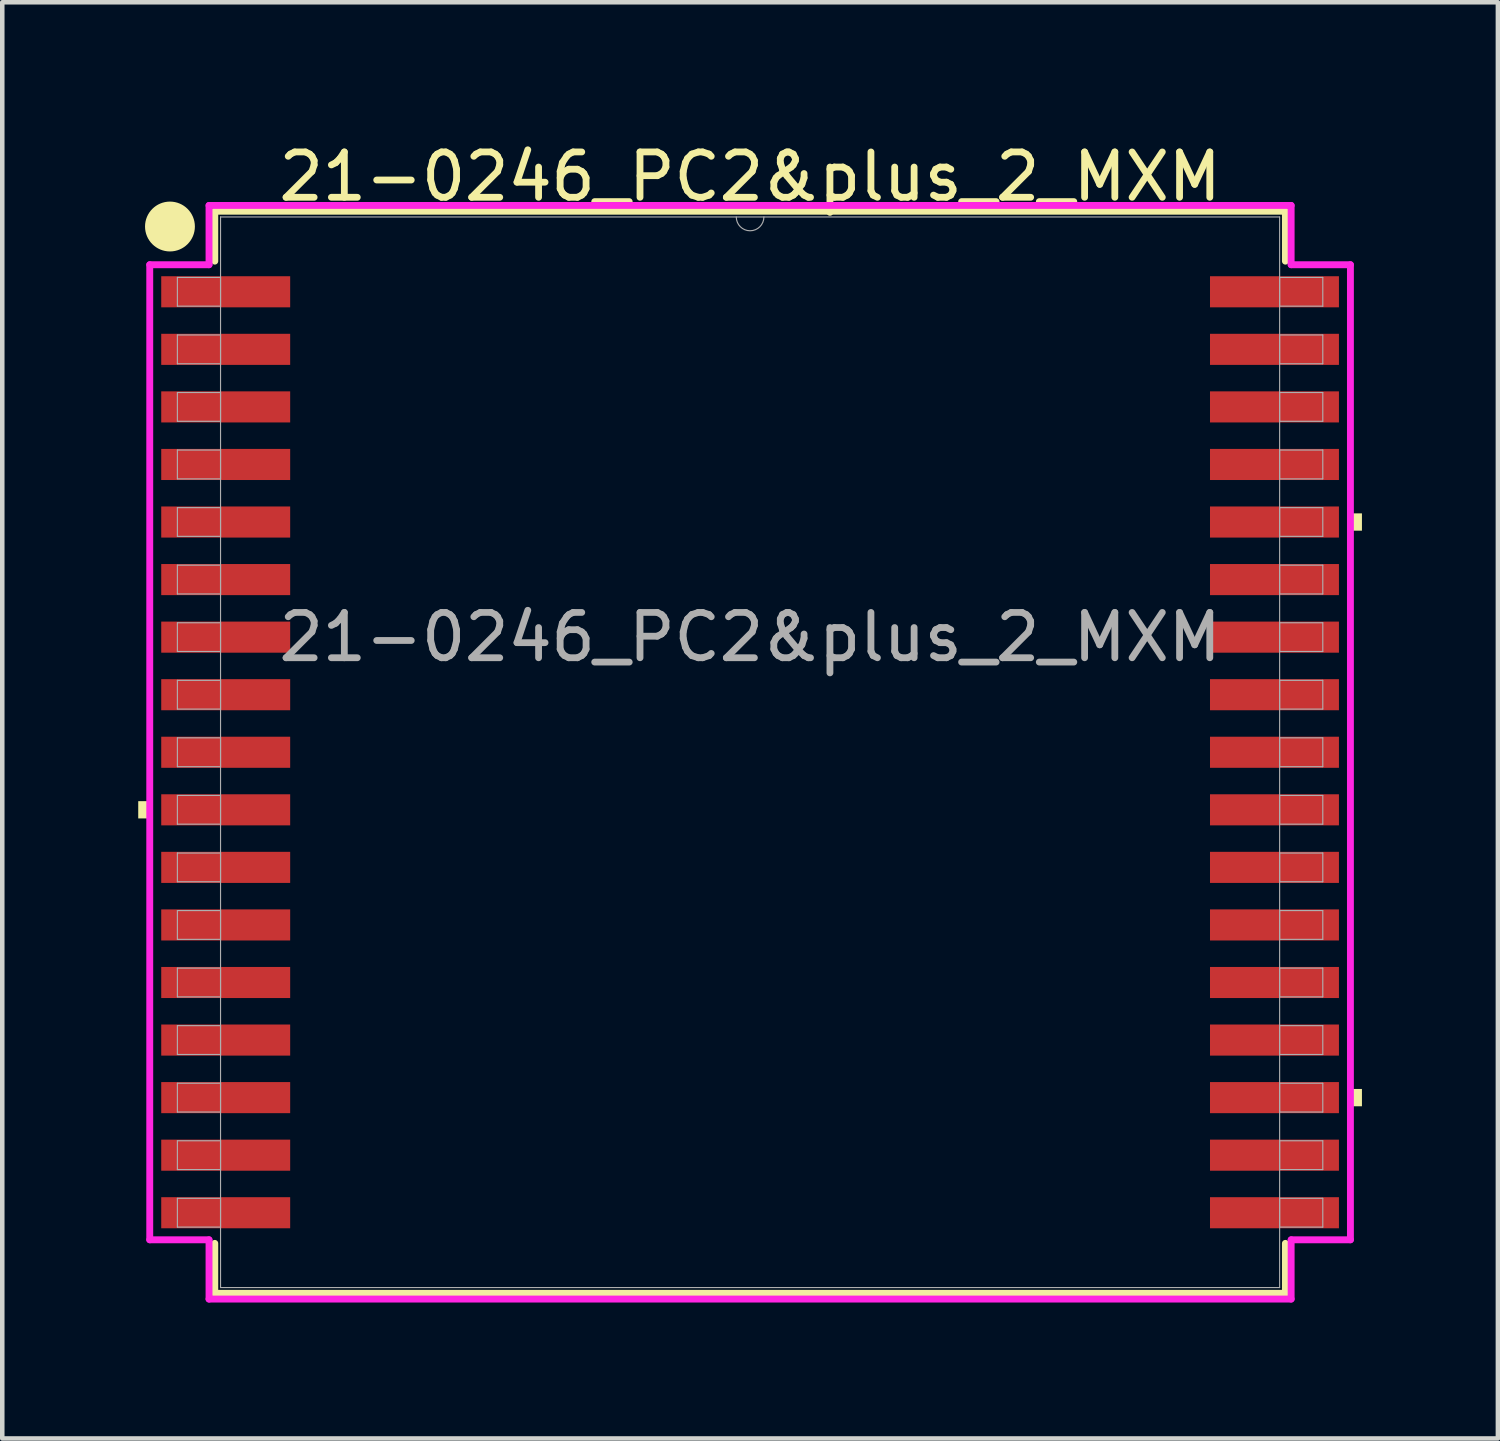
<source format=kicad_pcb>
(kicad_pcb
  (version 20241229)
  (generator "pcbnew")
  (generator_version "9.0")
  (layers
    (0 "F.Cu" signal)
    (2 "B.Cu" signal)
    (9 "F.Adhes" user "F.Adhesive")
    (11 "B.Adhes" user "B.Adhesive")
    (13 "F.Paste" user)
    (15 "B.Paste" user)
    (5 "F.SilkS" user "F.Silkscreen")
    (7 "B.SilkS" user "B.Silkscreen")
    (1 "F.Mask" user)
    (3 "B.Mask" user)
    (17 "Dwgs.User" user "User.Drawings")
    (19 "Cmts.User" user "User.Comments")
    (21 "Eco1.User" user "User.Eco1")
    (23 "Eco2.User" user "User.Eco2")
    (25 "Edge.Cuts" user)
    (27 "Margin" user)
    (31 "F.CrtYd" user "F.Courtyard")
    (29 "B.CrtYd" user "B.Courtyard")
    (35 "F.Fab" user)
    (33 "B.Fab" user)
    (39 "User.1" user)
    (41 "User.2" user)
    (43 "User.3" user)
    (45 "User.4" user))
  (footprint "21-0246_PC2&plus_2_MXM"
    (layer "F.Cu")
    (at 13.5 13.548)
    (property "Reference" "21-0246_PC2&plus_2_MXM" (at 0 -12.7 0) (unlocked yes) (layer "F.SilkS") (effects (font (size 1 1) (thickness 0.15))))
    (attr smd)
    (fp_line (start -11.811 -11.938) (end -11.811 -10.836) (stroke (width 0.152) (type solid)) (layer "F.SilkS"))
    (fp_line (start -11.811 10.836) (end -11.811 11.938) (stroke (width 0.152) (type solid)) (layer "F.SilkS"))
    (fp_line (start -11.811 11.938) (end 11.811 11.938) (stroke (width 0.152) (type solid)) (layer "F.SilkS"))
    (fp_line (start 11.811 -11.938) (end -11.811 -11.938) (stroke (width 0.152) (type solid)) (layer "F.SilkS"))
    (fp_line (start 11.811 -10.836) (end 11.811 -11.938) (stroke (width 0.152) (type solid)) (layer "F.SilkS"))
    (fp_line (start 11.811 11.938) (end 11.811 10.836) (stroke (width 0.152) (type solid)) (layer "F.SilkS"))
    (fp_circle (center -12.8 -11.6) (end -12.3 -11.6) (stroke (width 0.1) (type solid)) (fill yes) (layer "F.SilkS"))
    (fp_poly (pts (xy -13.5 1.079) (xy -13.5 1.46) (xy -13.246 1.46) (xy -13.246 1.079)) (stroke (width 0) (type solid)) (fill yes) (layer "F.SilkS"))
    (fp_poly (pts (xy 13.5 -5.271) (xy 13.5 -4.889) (xy 13.246 -4.889) (xy 13.246 -5.271)) (stroke (width 0) (type solid)) (fill yes) (layer "F.SilkS"))
    (fp_poly (pts (xy 13.5 7.429) (xy 13.5 7.811) (xy 13.246 7.811) (xy 13.246 7.429)) (stroke (width 0) (type solid)) (fill yes) (layer "F.SilkS"))
    (fp_line (start -13.246 -10.757) (end -11.938 -10.757) (stroke (width 0.152) (type solid)) (layer "F.CrtYd"))
    (fp_line (start -13.246 10.757) (end -13.246 -10.757) (stroke (width 0.152) (type solid)) (layer "F.CrtYd"))
    (fp_line (start -13.246 10.757) (end -11.938 10.757) (stroke (width 0.152) (type solid)) (layer "F.CrtYd"))
    (fp_line (start -11.938 -12.065) (end 11.938 -12.065) (stroke (width 0.152) (type solid)) (layer "F.CrtYd"))
    (fp_line (start -11.938 -10.757) (end -11.938 -12.065) (stroke (width 0.152) (type solid)) (layer "F.CrtYd"))
    (fp_line (start -11.938 12.065) (end -11.938 10.757) (stroke (width 0.152) (type solid)) (layer "F.CrtYd"))
    (fp_line (start 11.938 -12.065) (end 11.938 -10.757) (stroke (width 0.152) (type solid)) (layer "F.CrtYd"))
    (fp_line (start 11.938 10.757) (end 11.938 12.065) (stroke (width 0.152) (type solid)) (layer "F.CrtYd"))
    (fp_line (start 11.938 12.065) (end -11.938 12.065) (stroke (width 0.152) (type solid)) (layer "F.CrtYd"))
    (fp_line (start 13.246 -10.757) (end 11.938 -10.757) (stroke (width 0.152) (type solid)) (layer "F.CrtYd"))
    (fp_line (start 13.246 -10.757) (end 13.246 10.757) (stroke (width 0.152) (type solid)) (layer "F.CrtYd"))
    (fp_line (start 13.246 10.757) (end 11.938 10.757) (stroke (width 0.152) (type solid)) (layer "F.CrtYd"))
    (fp_line (start -12.636 -10.477) (end -12.636 -9.842) (stroke (width 0.025) (type solid)) (layer "F.Fab"))
    (fp_line (start -12.636 -9.842) (end -11.684 -9.842) (stroke (width 0.025) (type solid)) (layer "F.Fab"))
    (fp_line (start -12.636 -9.207) (end -12.636 -8.572) (stroke (width 0.025) (type solid)) (layer "F.Fab"))
    (fp_line (start -12.636 -8.572) (end -11.684 -8.572) (stroke (width 0.025) (type solid)) (layer "F.Fab"))
    (fp_line (start -12.636 -7.938) (end -12.636 -7.303) (stroke (width 0.025) (type solid)) (layer "F.Fab"))
    (fp_line (start -12.636 -7.303) (end -11.684 -7.303) (stroke (width 0.025) (type solid)) (layer "F.Fab"))
    (fp_line (start -12.636 -6.668) (end -12.636 -6.032) (stroke (width 0.025) (type solid)) (layer "F.Fab"))
    (fp_line (start -12.636 -6.032) (end -11.684 -6.032) (stroke (width 0.025) (type solid)) (layer "F.Fab"))
    (fp_line (start -12.636 -5.397) (end -12.636 -4.763) (stroke (width 0.025) (type solid)) (layer "F.Fab"))
    (fp_line (start -12.636 -4.763) (end -11.684 -4.763) (stroke (width 0.025) (type solid)) (layer "F.Fab"))
    (fp_line (start -12.636 -4.128) (end -12.636 -3.493) (stroke (width 0.025) (type solid)) (layer "F.Fab"))
    (fp_line (start -12.636 -3.493) (end -11.684 -3.493) (stroke (width 0.025) (type solid)) (layer "F.Fab"))
    (fp_line (start -12.636 -2.857) (end -12.636 -2.223) (stroke (width 0.025) (type solid)) (layer "F.Fab"))
    (fp_line (start -12.636 -2.223) (end -11.684 -2.223) (stroke (width 0.025) (type solid)) (layer "F.Fab"))
    (fp_line (start -12.636 -1.587) (end -12.636 -0.953) (stroke (width 0.025) (type solid)) (layer "F.Fab"))
    (fp_line (start -12.636 -0.953) (end -11.684 -0.953) (stroke (width 0.025) (type solid)) (layer "F.Fab"))
    (fp_line (start -12.636 -0.318) (end -12.636 0.318) (stroke (width 0.025) (type solid)) (layer "F.Fab"))
    (fp_line (start -12.636 0.318) (end -11.684 0.318) (stroke (width 0.025) (type solid)) (layer "F.Fab"))
    (fp_line (start -12.636 0.953) (end -12.636 1.587) (stroke (width 0.025) (type solid)) (layer "F.Fab"))
    (fp_line (start -12.636 1.587) (end -11.684 1.587) (stroke (width 0.025) (type solid)) (layer "F.Fab"))
    (fp_line (start -12.636 2.223) (end -12.636 2.857) (stroke (width 0.025) (type solid)) (layer "F.Fab"))
    (fp_line (start -12.636 2.857) (end -11.684 2.857) (stroke (width 0.025) (type solid)) (layer "F.Fab"))
    (fp_line (start -12.636 3.493) (end -12.636 4.128) (stroke (width 0.025) (type solid)) (layer "F.Fab"))
    (fp_line (start -12.636 4.128) (end -11.684 4.128) (stroke (width 0.025) (type solid)) (layer "F.Fab"))
    (fp_line (start -12.636 4.763) (end -12.636 5.397) (stroke (width 0.025) (type solid)) (layer "F.Fab"))
    (fp_line (start -12.636 5.397) (end -11.684 5.397) (stroke (width 0.025) (type solid)) (layer "F.Fab"))
    (fp_line (start -12.636 6.032) (end -12.636 6.668) (stroke (width 0.025) (type solid)) (layer "F.Fab"))
    (fp_line (start -12.636 6.668) (end -11.684 6.668) (stroke (width 0.025) (type solid)) (layer "F.Fab"))
    (fp_line (start -12.636 7.303) (end -12.636 7.938) (stroke (width 0.025) (type solid)) (layer "F.Fab"))
    (fp_line (start -12.636 7.938) (end -11.684 7.938) (stroke (width 0.025) (type solid)) (layer "F.Fab"))
    (fp_line (start -12.636 8.572) (end -12.636 9.207) (stroke (width 0.025) (type solid)) (layer "F.Fab"))
    (fp_line (start -12.636 9.207) (end -11.684 9.207) (stroke (width 0.025) (type solid)) (layer "F.Fab"))
    (fp_line (start -12.636 9.842) (end -12.636 10.477) (stroke (width 0.025) (type solid)) (layer "F.Fab"))
    (fp_line (start -12.636 10.477) (end -11.684 10.477) (stroke (width 0.025) (type solid)) (layer "F.Fab"))
    (fp_line (start -11.684 -11.811) (end -11.684 11.811) (stroke (width 0.025) (type solid)) (layer "F.Fab"))
    (fp_line (start -11.684 -10.477) (end -12.636 -10.477) (stroke (width 0.025) (type solid)) (layer "F.Fab"))
    (fp_line (start -11.684 -9.842) (end -11.684 -10.477) (stroke (width 0.025) (type solid)) (layer "F.Fab"))
    (fp_line (start -11.684 -9.207) (end -12.636 -9.207) (stroke (width 0.025) (type solid)) (layer "F.Fab"))
    (fp_line (start -11.684 -8.572) (end -11.684 -9.207) (stroke (width 0.025) (type solid)) (layer "F.Fab"))
    (fp_line (start -11.684 -7.938) (end -12.636 -7.938) (stroke (width 0.025) (type solid)) (layer "F.Fab"))
    (fp_line (start -11.684 -7.303) (end -11.684 -7.938) (stroke (width 0.025) (type solid)) (layer "F.Fab"))
    (fp_line (start -11.684 -6.668) (end -12.636 -6.668) (stroke (width 0.025) (type solid)) (layer "F.Fab"))
    (fp_line (start -11.684 -6.032) (end -11.684 -6.668) (stroke (width 0.025) (type solid)) (layer "F.Fab"))
    (fp_line (start -11.684 -5.397) (end -12.636 -5.397) (stroke (width 0.025) (type solid)) (layer "F.Fab"))
    (fp_line (start -11.684 -4.763) (end -11.684 -5.397) (stroke (width 0.025) (type solid)) (layer "F.Fab"))
    (fp_line (start -11.684 -4.128) (end -12.636 -4.128) (stroke (width 0.025) (type solid)) (layer "F.Fab"))
    (fp_line (start -11.684 -3.493) (end -11.684 -4.128) (stroke (width 0.025) (type solid)) (layer "F.Fab"))
    (fp_line (start -11.684 -2.857) (end -12.636 -2.857) (stroke (width 0.025) (type solid)) (layer "F.Fab"))
    (fp_line (start -11.684 -2.223) (end -11.684 -2.857) (stroke (width 0.025) (type solid)) (layer "F.Fab"))
    (fp_line (start -11.684 -1.587) (end -12.636 -1.587) (stroke (width 0.025) (type solid)) (layer "F.Fab"))
    (fp_line (start -11.684 -0.953) (end -11.684 -1.587) (stroke (width 0.025) (type solid)) (layer "F.Fab"))
    (fp_line (start -11.684 -0.318) (end -12.636 -0.318) (stroke (width 0.025) (type solid)) (layer "F.Fab"))
    (fp_line (start -11.684 0.318) (end -11.684 -0.318) (stroke (width 0.025) (type solid)) (layer "F.Fab"))
    (fp_line (start -11.684 0.953) (end -12.636 0.953) (stroke (width 0.025) (type solid)) (layer "F.Fab"))
    (fp_line (start -11.684 1.587) (end -11.684 0.953) (stroke (width 0.025) (type solid)) (layer "F.Fab"))
    (fp_line (start -11.684 2.223) (end -12.636 2.223) (stroke (width 0.025) (type solid)) (layer "F.Fab"))
    (fp_line (start -11.684 2.857) (end -11.684 2.223) (stroke (width 0.025) (type solid)) (layer "F.Fab"))
    (fp_line (start -11.684 3.493) (end -12.636 3.493) (stroke (width 0.025) (type solid)) (layer "F.Fab"))
    (fp_line (start -11.684 4.128) (end -11.684 3.493) (stroke (width 0.025) (type solid)) (layer "F.Fab"))
    (fp_line (start -11.684 4.763) (end -12.636 4.763) (stroke (width 0.025) (type solid)) (layer "F.Fab"))
    (fp_line (start -11.684 5.397) (end -11.684 4.763) (stroke (width 0.025) (type solid)) (layer "F.Fab"))
    (fp_line (start -11.684 6.032) (end -12.636 6.032) (stroke (width 0.025) (type solid)) (layer "F.Fab"))
    (fp_line (start -11.684 6.668) (end -11.684 6.032) (stroke (width 0.025) (type solid)) (layer "F.Fab"))
    (fp_line (start -11.684 7.303) (end -12.636 7.303) (stroke (width 0.025) (type solid)) (layer "F.Fab"))
    (fp_line (start -11.684 7.938) (end -11.684 7.303) (stroke (width 0.025) (type solid)) (layer "F.Fab"))
    (fp_line (start -11.684 8.572) (end -12.636 8.572) (stroke (width 0.025) (type solid)) (layer "F.Fab"))
    (fp_line (start -11.684 9.207) (end -11.684 8.572) (stroke (width 0.025) (type solid)) (layer "F.Fab"))
    (fp_line (start -11.684 9.842) (end -12.636 9.842) (stroke (width 0.025) (type solid)) (layer "F.Fab"))
    (fp_line (start -11.684 10.477) (end -11.684 9.842) (stroke (width 0.025) (type solid)) (layer "F.Fab"))
    (fp_line (start -11.684 11.811) (end 11.684 11.811) (stroke (width 0.025) (type solid)) (layer "F.Fab"))
    (fp_line (start 11.684 -11.811) (end -11.684 -11.811) (stroke (width 0.025) (type solid)) (layer "F.Fab"))
    (fp_line (start 11.684 -10.477) (end 11.684 -9.842) (stroke (width 0.025) (type solid)) (layer "F.Fab"))
    (fp_line (start 11.684 -9.842) (end 12.636 -9.842) (stroke (width 0.025) (type solid)) (layer "F.Fab"))
    (fp_line (start 11.684 -9.207) (end 11.684 -8.572) (stroke (width 0.025) (type solid)) (layer "F.Fab"))
    (fp_line (start 11.684 -8.572) (end 12.636 -8.572) (stroke (width 0.025) (type solid)) (layer "F.Fab"))
    (fp_line (start 11.684 -7.938) (end 11.684 -7.303) (stroke (width 0.025) (type solid)) (layer "F.Fab"))
    (fp_line (start 11.684 -7.303) (end 12.636 -7.303) (stroke (width 0.025) (type solid)) (layer "F.Fab"))
    (fp_line (start 11.684 -6.668) (end 11.684 -6.032) (stroke (width 0.025) (type solid)) (layer "F.Fab"))
    (fp_line (start 11.684 -6.032) (end 12.636 -6.032) (stroke (width 0.025) (type solid)) (layer "F.Fab"))
    (fp_line (start 11.684 -5.397) (end 11.684 -4.763) (stroke (width 0.025) (type solid)) (layer "F.Fab"))
    (fp_line (start 11.684 -4.763) (end 12.636 -4.763) (stroke (width 0.025) (type solid)) (layer "F.Fab"))
    (fp_line (start 11.684 -4.128) (end 11.684 -3.493) (stroke (width 0.025) (type solid)) (layer "F.Fab"))
    (fp_line (start 11.684 -3.493) (end 12.636 -3.493) (stroke (width 0.025) (type solid)) (layer "F.Fab"))
    (fp_line (start 11.684 -2.857) (end 11.684 -2.223) (stroke (width 0.025) (type solid)) (layer "F.Fab"))
    (fp_line (start 11.684 -2.223) (end 12.636 -2.223) (stroke (width 0.025) (type solid)) (layer "F.Fab"))
    (fp_line (start 11.684 -1.587) (end 11.684 -0.953) (stroke (width 0.025) (type solid)) (layer "F.Fab"))
    (fp_line (start 11.684 -0.953) (end 12.636 -0.953) (stroke (width 0.025) (type solid)) (layer "F.Fab"))
    (fp_line (start 11.684 -0.318) (end 11.684 0.318) (stroke (width 0.025) (type solid)) (layer "F.Fab"))
    (fp_line (start 11.684 0.318) (end 12.636 0.318) (stroke (width 0.025) (type solid)) (layer "F.Fab"))
    (fp_line (start 11.684 0.953) (end 11.684 1.587) (stroke (width 0.025) (type solid)) (layer "F.Fab"))
    (fp_line (start 11.684 1.587) (end 12.636 1.587) (stroke (width 0.025) (type solid)) (layer "F.Fab"))
    (fp_line (start 11.684 2.223) (end 11.684 2.857) (stroke (width 0.025) (type solid)) (layer "F.Fab"))
    (fp_line (start 11.684 2.857) (end 12.636 2.857) (stroke (width 0.025) (type solid)) (layer "F.Fab"))
    (fp_line (start 11.684 3.493) (end 11.684 4.128) (stroke (width 0.025) (type solid)) (layer "F.Fab"))
    (fp_line (start 11.684 4.128) (end 12.636 4.128) (stroke (width 0.025) (type solid)) (layer "F.Fab"))
    (fp_line (start 11.684 4.763) (end 11.684 5.397) (stroke (width 0.025) (type solid)) (layer "F.Fab"))
    (fp_line (start 11.684 5.397) (end 12.636 5.397) (stroke (width 0.025) (type solid)) (layer "F.Fab"))
    (fp_line (start 11.684 6.032) (end 11.684 6.668) (stroke (width 0.025) (type solid)) (layer "F.Fab"))
    (fp_line (start 11.684 6.668) (end 12.636 6.668) (stroke (width 0.025) (type solid)) (layer "F.Fab"))
    (fp_line (start 11.684 7.303) (end 11.684 7.938) (stroke (width 0.025) (type solid)) (layer "F.Fab"))
    (fp_line (start 11.684 7.938) (end 12.636 7.938) (stroke (width 0.025) (type solid)) (layer "F.Fab"))
    (fp_line (start 11.684 8.572) (end 11.684 9.207) (stroke (width 0.025) (type solid)) (layer "F.Fab"))
    (fp_line (start 11.684 9.207) (end 12.636 9.207) (stroke (width 0.025) (type solid)) (layer "F.Fab"))
    (fp_line (start 11.684 9.842) (end 11.684 10.477) (stroke (width 0.025) (type solid)) (layer "F.Fab"))
    (fp_line (start 11.684 10.477) (end 12.636 10.477) (stroke (width 0.025) (type solid)) (layer "F.Fab"))
    (fp_line (start 11.684 11.811) (end 11.684 -11.811) (stroke (width 0.025) (type solid)) (layer "F.Fab"))
    (fp_line (start 12.636 -10.477) (end 11.684 -10.477) (stroke (width 0.025) (type solid)) (layer "F.Fab"))
    (fp_line (start 12.636 -9.842) (end 12.636 -10.477) (stroke (width 0.025) (type solid)) (layer "F.Fab"))
    (fp_line (start 12.636 -9.207) (end 11.684 -9.207) (stroke (width 0.025) (type solid)) (layer "F.Fab"))
    (fp_line (start 12.636 -8.572) (end 12.636 -9.207) (stroke (width 0.025) (type solid)) (layer "F.Fab"))
    (fp_line (start 12.636 -7.938) (end 11.684 -7.938) (stroke (width 0.025) (type solid)) (layer "F.Fab"))
    (fp_line (start 12.636 -7.303) (end 12.636 -7.938) (stroke (width 0.025) (type solid)) (layer "F.Fab"))
    (fp_line (start 12.636 -6.668) (end 11.684 -6.668) (stroke (width 0.025) (type solid)) (layer "F.Fab"))
    (fp_line (start 12.636 -6.032) (end 12.636 -6.668) (stroke (width 0.025) (type solid)) (layer "F.Fab"))
    (fp_line (start 12.636 -5.397) (end 11.684 -5.397) (stroke (width 0.025) (type solid)) (layer "F.Fab"))
    (fp_line (start 12.636 -4.763) (end 12.636 -5.397) (stroke (width 0.025) (type solid)) (layer "F.Fab"))
    (fp_line (start 12.636 -4.128) (end 11.684 -4.128) (stroke (width 0.025) (type solid)) (layer "F.Fab"))
    (fp_line (start 12.636 -3.493) (end 12.636 -4.128) (stroke (width 0.025) (type solid)) (layer "F.Fab"))
    (fp_line (start 12.636 -2.857) (end 11.684 -2.857) (stroke (width 0.025) (type solid)) (layer "F.Fab"))
    (fp_line (start 12.636 -2.223) (end 12.636 -2.857) (stroke (width 0.025) (type solid)) (layer "F.Fab"))
    (fp_line (start 12.636 -1.587) (end 11.684 -1.587) (stroke (width 0.025) (type solid)) (layer "F.Fab"))
    (fp_line (start 12.636 -0.953) (end 12.636 -1.587) (stroke (width 0.025) (type solid)) (layer "F.Fab"))
    (fp_line (start 12.636 -0.318) (end 11.684 -0.318) (stroke (width 0.025) (type solid)) (layer "F.Fab"))
    (fp_line (start 12.636 0.318) (end 12.636 -0.318) (stroke (width 0.025) (type solid)) (layer "F.Fab"))
    (fp_line (start 12.636 0.953) (end 11.684 0.953) (stroke (width 0.025) (type solid)) (layer "F.Fab"))
    (fp_line (start 12.636 1.587) (end 12.636 0.953) (stroke (width 0.025) (type solid)) (layer "F.Fab"))
    (fp_line (start 12.636 2.223) (end 11.684 2.223) (stroke (width 0.025) (type solid)) (layer "F.Fab"))
    (fp_line (start 12.636 2.857) (end 12.636 2.223) (stroke (width 0.025) (type solid)) (layer "F.Fab"))
    (fp_line (start 12.636 3.493) (end 11.684 3.493) (stroke (width 0.025) (type solid)) (layer "F.Fab"))
    (fp_line (start 12.636 4.128) (end 12.636 3.493) (stroke (width 0.025) (type solid)) (layer "F.Fab"))
    (fp_line (start 12.636 4.763) (end 11.684 4.763) (stroke (width 0.025) (type solid)) (layer "F.Fab"))
    (fp_line (start 12.636 5.397) (end 12.636 4.763) (stroke (width 0.025) (type solid)) (layer "F.Fab"))
    (fp_line (start 12.636 6.032) (end 11.684 6.032) (stroke (width 0.025) (type solid)) (layer "F.Fab"))
    (fp_line (start 12.636 6.668) (end 12.636 6.032) (stroke (width 0.025) (type solid)) (layer "F.Fab"))
    (fp_line (start 12.636 7.303) (end 11.684 7.303) (stroke (width 0.025) (type solid)) (layer "F.Fab"))
    (fp_line (start 12.636 7.938) (end 12.636 7.303) (stroke (width 0.025) (type solid)) (layer "F.Fab"))
    (fp_line (start 12.636 8.572) (end 11.684 8.572) (stroke (width 0.025) (type solid)) (layer "F.Fab"))
    (fp_line (start 12.636 9.207) (end 12.636 8.572) (stroke (width 0.025) (type solid)) (layer "F.Fab"))
    (fp_line (start 12.636 9.842) (end 11.684 9.842) (stroke (width 0.025) (type solid)) (layer "F.Fab"))
    (fp_line (start 12.636 10.477) (end 12.636 9.842) (stroke (width 0.025) (type solid)) (layer "F.Fab"))
    (fp_arc (start 0.3048 -11.811) (mid 0 -11.5062) (end -0.3048 -11.811) (stroke (width 0.0254) (type solid)) (layer "F.Fab"))
    (fp_text user "${REFERENCE}" (at 0 -2.54 0) (unlocked yes) (layer "F.Fab") (effects (font (size 1 1) (thickness 0.15))))
    (pad "1" smd rect (at -11.57 -10.16) (size 2.845 0.686) (layers "F.Cu" "F.Mask" "F.Paste"))
    (pad "2" smd rect (at -11.57 -8.89) (size 2.845 0.686) (layers "F.Cu" "F.Mask" "F.Paste"))
    (pad "3" smd rect (at -11.57 -7.62) (size 2.845 0.686) (layers "F.Cu" "F.Mask" "F.Paste"))
    (pad "4" smd rect (at -11.57 -6.35) (size 2.845 0.686) (layers "F.Cu" "F.Mask" "F.Paste"))
    (pad "5" smd rect (at -11.57 -5.08) (size 2.845 0.686) (layers "F.Cu" "F.Mask" "F.Paste"))
    (pad "6" smd rect (at -11.57 -3.81) (size 2.845 0.686) (layers "F.Cu" "F.Mask" "F.Paste"))
    (pad "7" smd rect (at -11.57 -2.54) (size 2.845 0.686) (layers "F.Cu" "F.Mask" "F.Paste"))
    (pad "8" smd rect (at -11.57 -1.27) (size 2.845 0.686) (layers "F.Cu" "F.Mask" "F.Paste"))
    (pad "9" smd rect (at -11.57 0) (size 2.845 0.686) (layers "F.Cu" "F.Mask" "F.Paste"))
    (pad "10" smd rect (at -11.57 1.27) (size 2.845 0.686) (layers "F.Cu" "F.Mask" "F.Paste"))
    (pad "11" smd rect (at -11.57 2.54) (size 2.845 0.686) (layers "F.Cu" "F.Mask" "F.Paste"))
    (pad "12" smd rect (at -11.57 3.81) (size 2.845 0.686) (layers "F.Cu" "F.Mask" "F.Paste"))
    (pad "13" smd rect (at -11.57 5.08) (size 2.845 0.686) (layers "F.Cu" "F.Mask" "F.Paste"))
    (pad "14" smd rect (at -11.57 6.35) (size 2.845 0.686) (layers "F.Cu" "F.Mask" "F.Paste"))
    (pad "15" smd rect (at -11.57 7.62) (size 2.845 0.686) (layers "F.Cu" "F.Mask" "F.Paste"))
    (pad "16" smd rect (at -11.57 8.89) (size 2.845 0.686) (layers "F.Cu" "F.Mask" "F.Paste"))
    (pad "17" smd rect (at -11.57 10.16) (size 2.845 0.686) (layers "F.Cu" "F.Mask" "F.Paste"))
    (pad "18" smd rect (at 11.57 10.16) (size 2.845 0.686) (layers "F.Cu" "F.Mask" "F.Paste"))
    (pad "19" smd rect (at 11.57 8.89) (size 2.845 0.686) (layers "F.Cu" "F.Mask" "F.Paste"))
    (pad "20" smd rect (at 11.57 7.62) (size 2.845 0.686) (layers "F.Cu" "F.Mask" "F.Paste"))
    (pad "21" smd rect (at 11.57 6.35) (size 2.845 0.686) (layers "F.Cu" "F.Mask" "F.Paste"))
    (pad "22" smd rect (at 11.57 5.08) (size 2.845 0.686) (layers "F.Cu" "F.Mask" "F.Paste"))
    (pad "23" smd rect (at 11.57 3.81) (size 2.845 0.686) (layers "F.Cu" "F.Mask" "F.Paste"))
    (pad "24" smd rect (at 11.57 2.54) (size 2.845 0.686) (layers "F.Cu" "F.Mask" "F.Paste"))
    (pad "25" smd rect (at 11.57 1.27) (size 2.845 0.686) (layers "F.Cu" "F.Mask" "F.Paste"))
    (pad "26" smd rect (at 11.57 0) (size 2.845 0.686) (layers "F.Cu" "F.Mask" "F.Paste"))
    (pad "27" smd rect (at 11.57 -1.27) (size 2.845 0.686) (layers "F.Cu" "F.Mask" "F.Paste"))
    (pad "28" smd rect (at 11.57 -2.54) (size 2.845 0.686) (layers "F.Cu" "F.Mask" "F.Paste"))
    (pad "29" smd rect (at 11.57 -3.81) (size 2.845 0.686) (layers "F.Cu" "F.Mask" "F.Paste"))
    (pad "30" smd rect (at 11.57 -5.08) (size 2.845 0.686) (layers "F.Cu" "F.Mask" "F.Paste"))
    (pad "31" smd rect (at 11.57 -6.35) (size 2.845 0.686) (layers "F.Cu" "F.Mask" "F.Paste"))
    (pad "32" smd rect (at 11.57 -7.62) (size 2.845 0.686) (layers "F.Cu" "F.Mask" "F.Paste"))
    (pad "33" smd rect (at 11.57 -8.89) (size 2.845 0.686) (layers "F.Cu" "F.Mask" "F.Paste"))
    (pad "34" smd rect (at 11.57 -10.16) (size 2.845 0.686) (layers "F.Cu" "F.Mask" "F.Paste")))
  (gr_rect
    (start -3 -3)
    (end 30 28.689)
    (stroke (width 0.1) (type default))
    (fill no)
    (layer "Edge.Cuts")))
</source>
